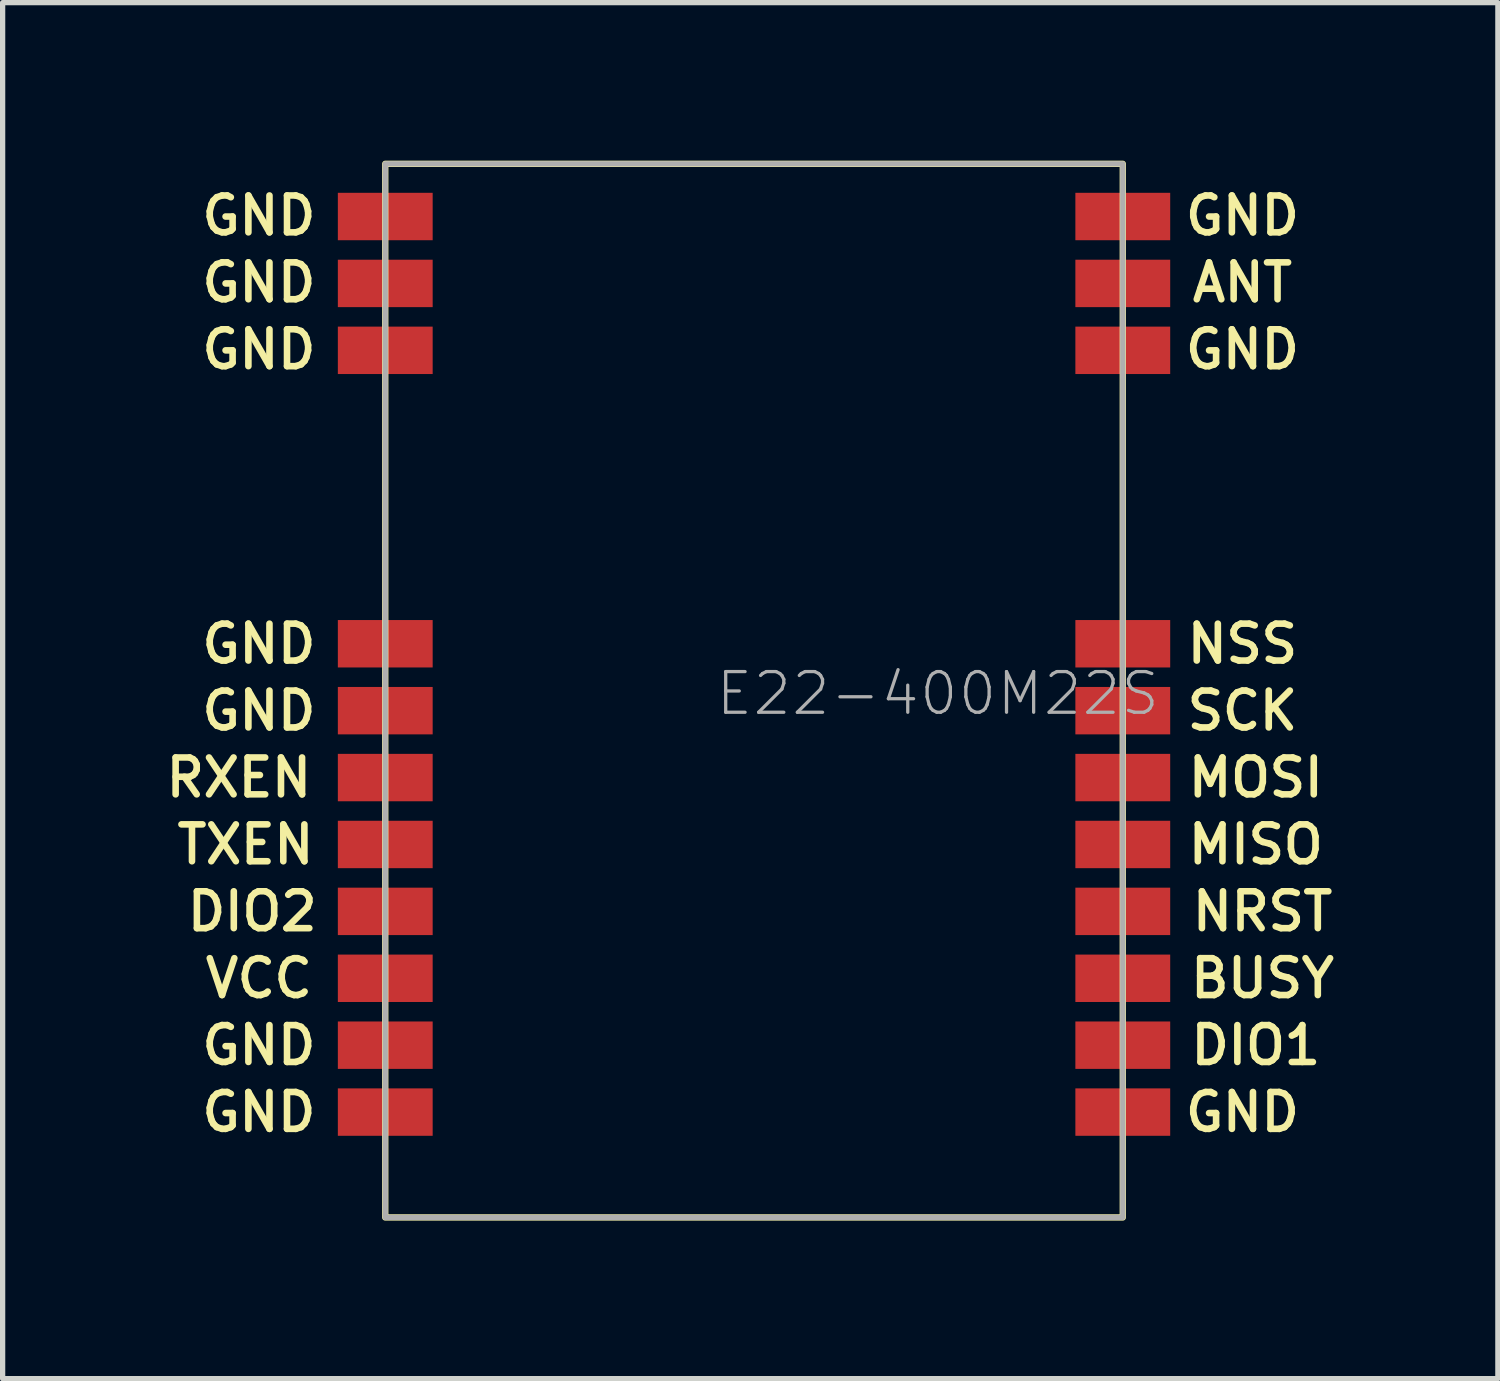
<source format=kicad_pcb>
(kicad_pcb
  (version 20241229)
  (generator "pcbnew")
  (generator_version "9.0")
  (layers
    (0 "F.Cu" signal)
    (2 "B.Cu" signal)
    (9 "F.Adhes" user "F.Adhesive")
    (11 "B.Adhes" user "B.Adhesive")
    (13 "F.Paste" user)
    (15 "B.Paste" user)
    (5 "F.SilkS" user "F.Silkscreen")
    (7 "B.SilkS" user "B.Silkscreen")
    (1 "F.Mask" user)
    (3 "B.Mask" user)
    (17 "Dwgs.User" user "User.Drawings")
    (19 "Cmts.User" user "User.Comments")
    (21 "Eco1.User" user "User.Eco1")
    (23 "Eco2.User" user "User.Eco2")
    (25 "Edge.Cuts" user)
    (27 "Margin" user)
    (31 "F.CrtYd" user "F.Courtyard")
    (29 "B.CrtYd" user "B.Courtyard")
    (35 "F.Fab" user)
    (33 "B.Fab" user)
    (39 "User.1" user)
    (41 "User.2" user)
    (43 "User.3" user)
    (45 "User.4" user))
  (footprint "E22-400M22S"
    (layer "F.Cu")
    (at 11.263 10.06)
    (property "Reference" "E22-400M22S" (at -0.762 0.508 180) (layer "F.Fab") (effects (font (size 0.772 0.772) (thickness 0.062)) (justify left bottom)))
    (attr smd)
    (fp_rect (start -7 -10) (end 7 10) (stroke (width 0.12) (type solid)) (fill no) (layer "F.SilkS"))
    (fp_rect (start -7 -10) (end 7 10) (stroke (width 0.1) (type solid)) (fill no) (layer "F.Fab"))
    (fp_text user "SCK" (at 9.271 0.381 0) (unlocked yes) (layer "F.SilkS") (effects (font (size 0.7 0.7) (thickness 0.125))))
    (fp_text user "GND" (at 9.271 -9.017 0) (unlocked yes) (layer "F.SilkS") (effects (font (size 0.7 0.7) (thickness 0.125))))
    (fp_text user "MISO" (at 9.525 2.921 0) (unlocked yes) (layer "F.SilkS") (effects (font (size 0.7 0.7) (thickness 0.125))))
    (fp_text user "NSS" (at 9.271 -0.889 0) (unlocked yes) (layer "F.SilkS") (effects (font (size 0.7 0.7) (thickness 0.125))))
    (fp_text user "ANT" (at 9.271 -7.747 0) (unlocked yes) (layer "F.SilkS") (effects (font (size 0.7 0.7) (thickness 0.125))))
    (fp_text user "GND" (at -9.398 -6.477 0) (unlocked yes) (layer "F.SilkS") (effects (font (size 0.7 0.7) (thickness 0.125))))
    (fp_text user "GND" (at -9.398 -0.889 0) (unlocked yes) (layer "F.SilkS") (effects (font (size 0.7 0.7) (thickness 0.125))))
    (fp_text user "GND" (at 9.271 8.001 0) (unlocked yes) (layer "F.SilkS") (effects (font (size 0.7 0.7) (thickness 0.125))))
    (fp_text user "BUSY" (at 9.652 5.461 0) (unlocked yes) (layer "F.SilkS") (effects (font (size 0.7 0.7) (thickness 0.125))))
    (fp_text user "GND" (at -9.398 -7.747 0) (unlocked yes) (layer "F.SilkS") (effects (font (size 0.7 0.7) (thickness 0.125))))
    (fp_text user "VCC" (at -9.398 5.461 0) (unlocked yes) (layer "F.SilkS") (effects (font (size 0.7 0.7) (thickness 0.125))))
    (fp_text user "GND" (at 9.271 -6.477 0) (unlocked yes) (layer "F.SilkS") (effects (font (size 0.7 0.7) (thickness 0.125))))
    (fp_text user "GND" (at -9.398 0.381 0) (unlocked yes) (layer "F.SilkS") (effects (font (size 0.7 0.7) (thickness 0.125))))
    (fp_text user "DIO2" (at -9.525 4.191 0) (unlocked yes) (layer "F.SilkS") (effects (font (size 0.7 0.7) (thickness 0.125))))
    (fp_text user "TXEN" (at -9.652 2.921 0) (unlocked yes) (layer "F.SilkS") (effects (font (size 0.7 0.7) (thickness 0.125))))
    (fp_text user "NRST" (at 9.652 4.191 0) (unlocked yes) (layer "F.SilkS") (effects (font (size 0.7 0.7) (thickness 0.125))))
    (fp_text user "RXEN" (at -9.779 1.651 0) (unlocked yes) (layer "F.SilkS") (effects (font (size 0.7 0.7) (thickness 0.125))))
    (fp_text user "GND" (at -9.398 -9.017 0) (unlocked yes) (layer "F.SilkS") (effects (font (size 0.7 0.7) (thickness 0.125))))
    (fp_text user "MOSI" (at 9.525 1.651 0) (unlocked yes) (layer "F.SilkS") (effects (font (size 0.7 0.7) (thickness 0.125))))
    (fp_text user "GND" (at -9.398 8.001 0) (unlocked yes) (layer "F.SilkS") (effects (font (size 0.7 0.7) (thickness 0.125))))
    (fp_text user "DIO1" (at 9.525 6.731 0) (unlocked yes) (layer "F.SilkS") (effects (font (size 0.7 0.7) (thickness 0.125))))
    (fp_text user "GND" (at -9.398 6.731 0) (unlocked yes) (layer "F.SilkS") (effects (font (size 0.7 0.7) (thickness 0.125))))
    (pad "1" smd rect (at -7 -9 90) (size 0.9 1.8) (layers "F.Cu" "F.Mask" "F.Paste"))
    (pad "2" smd rect (at -7 -7.73 90) (size 0.9 1.8) (layers "F.Cu" "F.Mask" "F.Paste"))
    (pad "3" smd rect (at -7 -6.46 90) (size 0.9 1.8) (layers "F.Cu" "F.Mask" "F.Paste"))
    (pad "4" smd rect (at -7 -0.89 90) (size 0.9 1.8) (layers "F.Cu" "F.Mask" "F.Paste"))
    (pad "5" smd rect (at -7 0.38 90) (size 0.9 1.8) (layers "F.Cu" "F.Mask" "F.Paste"))
    (pad "6" smd rect (at -7 1.65 90) (size 0.9 1.8) (layers "F.Cu" "F.Mask" "F.Paste"))
    (pad "7" smd rect (at -7 2.92 90) (size 0.9 1.8) (layers "F.Cu" "F.Mask" "F.Paste"))
    (pad "8" smd rect (at -7 4.19 90) (size 0.9 1.8) (layers "F.Cu" "F.Mask" "F.Paste"))
    (pad "9" smd rect (at -7 5.46 90) (size 0.9 1.8) (layers "F.Cu" "F.Mask" "F.Paste"))
    (pad "10" smd rect (at -7 6.73 90) (size 0.9 1.8) (layers "F.Cu" "F.Mask" "F.Paste"))
    (pad "11" smd rect (at -7 8 90) (size 0.9 1.8) (layers "F.Cu" "F.Mask" "F.Paste"))
    (pad "12" smd rect (at 7 8 90) (size 0.9 1.8) (layers "F.Cu" "F.Mask" "F.Paste"))
    (pad "13" smd rect (at 7 6.73 90) (size 0.9 1.8) (layers "F.Cu" "F.Mask" "F.Paste"))
    (pad "14" smd rect (at 7 5.46 90) (size 0.9 1.8) (layers "F.Cu" "F.Mask" "F.Paste"))
    (pad "15" smd rect (at 7 4.19 90) (size 0.9 1.8) (layers "F.Cu" "F.Mask" "F.Paste"))
    (pad "16" smd rect (at 7 2.92 90) (size 0.9 1.8) (layers "F.Cu" "F.Mask" "F.Paste"))
    (pad "17" smd rect (at 7 1.65 90) (size 0.9 1.8) (layers "F.Cu" "F.Mask" "F.Paste"))
    (pad "18" smd rect (at 7 0.38 90) (size 0.9 1.8) (layers "F.Cu" "F.Mask" "F.Paste"))
    (pad "19" smd rect (at 7 -0.89 90) (size 0.9 1.8) (layers "F.Cu" "F.Mask" "F.Paste"))
    (pad "20" smd rect (at 7 -6.46 90) (size 0.9 1.8) (layers "F.Cu" "F.Mask" "F.Paste"))
    (pad "21" smd rect (at 7 -7.73 90) (size 0.9 1.8) (layers "F.Cu" "F.Mask" "F.Paste"))
    (pad "22" smd rect (at 7 -9 90) (size 0.9 1.8) (layers "F.Cu" "F.Mask" "F.Paste")))
  (gr_rect
    (start -3 -3)
    (end 25.383 23.12)
    (stroke (width 0.1) (type default))
    (fill no)
    (layer "Edge.Cuts")))
</source>
